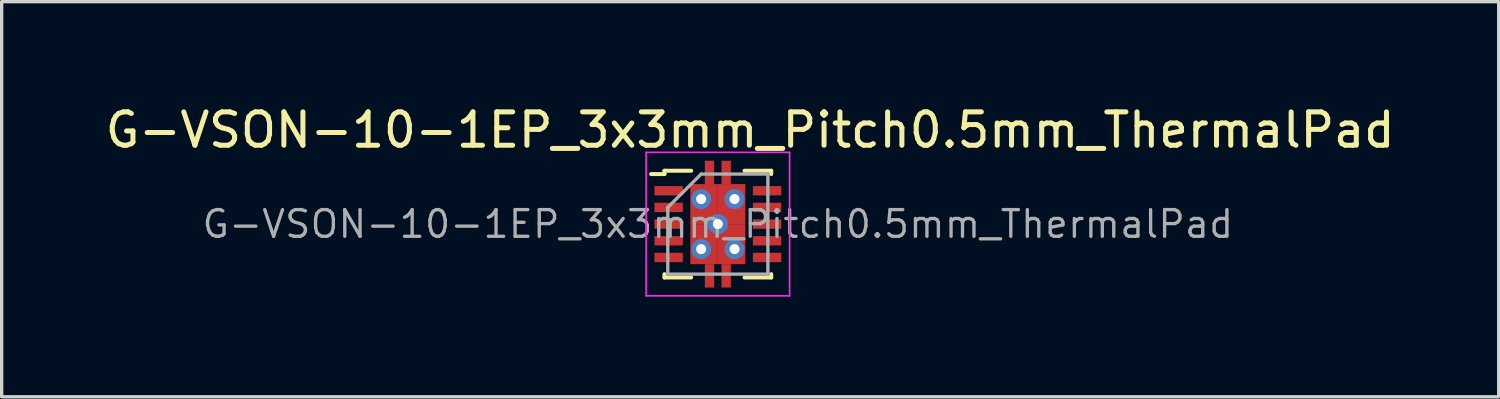
<source format=kicad_pcb>
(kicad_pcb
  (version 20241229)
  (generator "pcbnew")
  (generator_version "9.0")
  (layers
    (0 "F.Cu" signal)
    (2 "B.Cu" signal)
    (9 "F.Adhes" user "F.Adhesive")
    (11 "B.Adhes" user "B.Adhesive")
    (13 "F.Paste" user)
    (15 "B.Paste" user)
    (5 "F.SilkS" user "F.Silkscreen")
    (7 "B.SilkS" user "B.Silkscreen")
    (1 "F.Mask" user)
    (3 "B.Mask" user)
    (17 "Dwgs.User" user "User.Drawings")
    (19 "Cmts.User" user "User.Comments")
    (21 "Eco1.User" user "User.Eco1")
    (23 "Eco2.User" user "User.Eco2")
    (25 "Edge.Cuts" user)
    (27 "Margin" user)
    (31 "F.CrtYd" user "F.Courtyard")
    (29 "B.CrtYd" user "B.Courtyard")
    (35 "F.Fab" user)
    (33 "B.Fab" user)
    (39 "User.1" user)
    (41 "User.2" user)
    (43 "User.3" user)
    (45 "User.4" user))
  (footprint "G-VSON-10-1EP_3x3mm_Pitch0.5mm_ThermalPad"
    (layer "F.Cu")
    (at 18.465 3.667)
    (property "Reference" "G-VSON-10-1EP_3x3mm_Pitch0.5mm_ThermalPad" (at 0.969 -2.819 0) (layer "F.SilkS") (effects (font (size 1 1) (thickness 0.15))))
    (attr smd)
    (fp_line (start -1.6 -1.6) (end -1.6 -1.5) (stroke (width 0.12) (type solid)) (layer "F.SilkS"))
    (fp_line (start -1.6 -1.5) (end -2 -1.5) (stroke (width 0.12) (type solid)) (layer "F.SilkS"))
    (fp_line (start -1.6 1.5) (end -1.6 1.6) (stroke (width 0.12) (type solid)) (layer "F.SilkS"))
    (fp_line (start -1.6 1.6) (end -0.8 1.6) (stroke (width 0.12) (type solid)) (layer "F.SilkS"))
    (fp_line (start -0.8 -1.6) (end -1.6 -1.6) (stroke (width 0.12) (type solid)) (layer "F.SilkS"))
    (fp_line (start 0.8 -1.6) (end 1.6 -1.6) (stroke (width 0.12) (type solid)) (layer "F.SilkS"))
    (fp_line (start 0.8 1.6) (end 1.6 1.6) (stroke (width 0.12) (type solid)) (layer "F.SilkS"))
    (fp_line (start 1.6 -1.6) (end 1.6 -1.5) (stroke (width 0.12) (type solid)) (layer "F.SilkS"))
    (fp_line (start 1.6 1.6) (end 1.6 1.5) (stroke (width 0.12) (type solid)) (layer "F.SilkS"))
    (fp_line (start -2.15 -2.15) (end 2.15 -2.15) (stroke (width 0.05) (type solid)) (layer "F.CrtYd"))
    (fp_line (start -2.15 2.15) (end -2.15 -2.15) (stroke (width 0.05) (type solid)) (layer "F.CrtYd"))
    (fp_line (start 2.15 -2.15) (end 2.15 2.15) (stroke (width 0.05) (type solid)) (layer "F.CrtYd"))
    (fp_line (start 2.15 2.15) (end -2.15 2.15) (stroke (width 0.05) (type solid)) (layer "F.CrtYd"))
    (fp_line (start -1.5 -0.5) (end -1.5 1.5) (stroke (width 0.1) (type solid)) (layer "F.Fab"))
    (fp_line (start -1.5 -0.5) (end -0.5 -1.5) (stroke (width 0.1) (type solid)) (layer "F.Fab"))
    (fp_line (start -1.5 1.5) (end 1.5 1.5) (stroke (width 0.1) (type solid)) (layer "F.Fab"))
    (fp_line (start -0.5 -1.5) (end 1.5 -1.5) (stroke (width 0.1) (type solid)) (layer "F.Fab"))
    (fp_line (start 1.5 -1.5) (end 1.5 1.5) (stroke (width 0.1) (type solid)) (layer "F.Fab"))
    (fp_text user "${REFERENCE}" (at 0 0 0) (layer "F.Fab") (effects (font (size 0.8 0.8) (thickness 0.1))))
    (pad "1" smd rect (at -1.475 -1) (size 0.85 0.28) (layers "F.Cu" "F.Mask" "F.Paste"))
    (pad "2" smd rect (at -1.475 -0.5) (size 0.85 0.28) (layers "F.Cu" "F.Mask" "F.Paste"))
    (pad "3" smd rect (at -1.475 0) (size 0.85 0.28) (layers "F.Cu" "F.Mask" "F.Paste"))
    (pad "4" smd rect (at -1.475 0.5) (size 0.85 0.28) (layers "F.Cu" "F.Mask" "F.Paste"))
    (pad "5" smd rect (at -1.475 1) (size 0.85 0.28) (layers "F.Cu" "F.Mask" "F.Paste"))
    (pad "6" smd rect (at 1.475 1) (size 0.85 0.28) (layers "F.Cu" "F.Mask" "F.Paste"))
    (pad "7" smd rect (at 1.475 0.5) (size 0.85 0.28) (layers "F.Cu" "F.Mask" "F.Paste"))
    (pad "8" smd rect (at 1.475 0) (size 0.85 0.28) (layers "F.Cu" "F.Mask" "F.Paste"))
    (pad "9" smd rect (at 1.475 -0.5) (size 0.85 0.28) (layers "F.Cu" "F.Mask" "F.Paste"))
    (pad "10" smd rect (at 1.475 -1) (size 0.85 0.28) (layers "F.Cu" "F.Mask" "F.Paste"))
    (pad "11" thru_hole circle (at -0.5 -0.75) (size 0.6 0.6) (drill 0.3) (layers "*.Cu" "*.Mask"))
    (pad "11" thru_hole circle (at -0.5 0.75) (size 0.6 0.6) (drill 0.3) (layers "*.Cu" "*.Mask"))
    (pad "11" smd rect (at -0.412 -0.6) (size 0.825 1.2) (layers "F.Cu" "F.Mask" "F.Paste"))
    (pad "11" smd rect (at -0.412 0.6) (size 0.825 1.2) (layers "F.Cu" "F.Mask" "F.Paste"))
    (pad "11" smd rect (at -0.25 -1.55) (size 0.28 0.7) (layers "F.Cu" "F.Mask" "F.Paste"))
    (pad "11" smd rect (at -0.25 1.55) (size 0.28 0.7) (layers "F.Cu" "F.Mask" "F.Paste"))
    (pad "11" thru_hole circle (at 0 0) (size 0.6 0.6) (drill 0.3) (layers "*.Cu" "*.Mask"))
    (pad "11" smd rect (at 0.25 -1.55) (size 0.28 0.7) (layers "F.Cu" "F.Mask" "F.Paste"))
    (pad "11" smd rect (at 0.25 1.55) (size 0.28 0.7) (layers "F.Cu" "F.Mask" "F.Paste"))
    (pad "11" smd rect (at 0.412 -0.6) (size 0.825 1.2) (layers "F.Cu" "F.Mask" "F.Paste"))
    (pad "11" smd rect (at 0.412 0.6) (size 0.825 1.2) (layers "F.Cu" "F.Mask" "F.Paste"))
    (pad "11" thru_hole circle (at 0.5 -0.75) (size 0.6 0.6) (drill 0.3) (layers "*.Cu" "*.Mask"))
    (pad "11" thru_hole circle (at 0.5 0.75) (size 0.6 0.6) (drill 0.3) (layers "*.Cu" "*.Mask")))
  (gr_rect
    (start -3 -3)
    (end 41.869 8.842)
    (stroke (width 0.1) (type default))
    (fill no)
    (layer "Edge.Cuts")))
</source>
